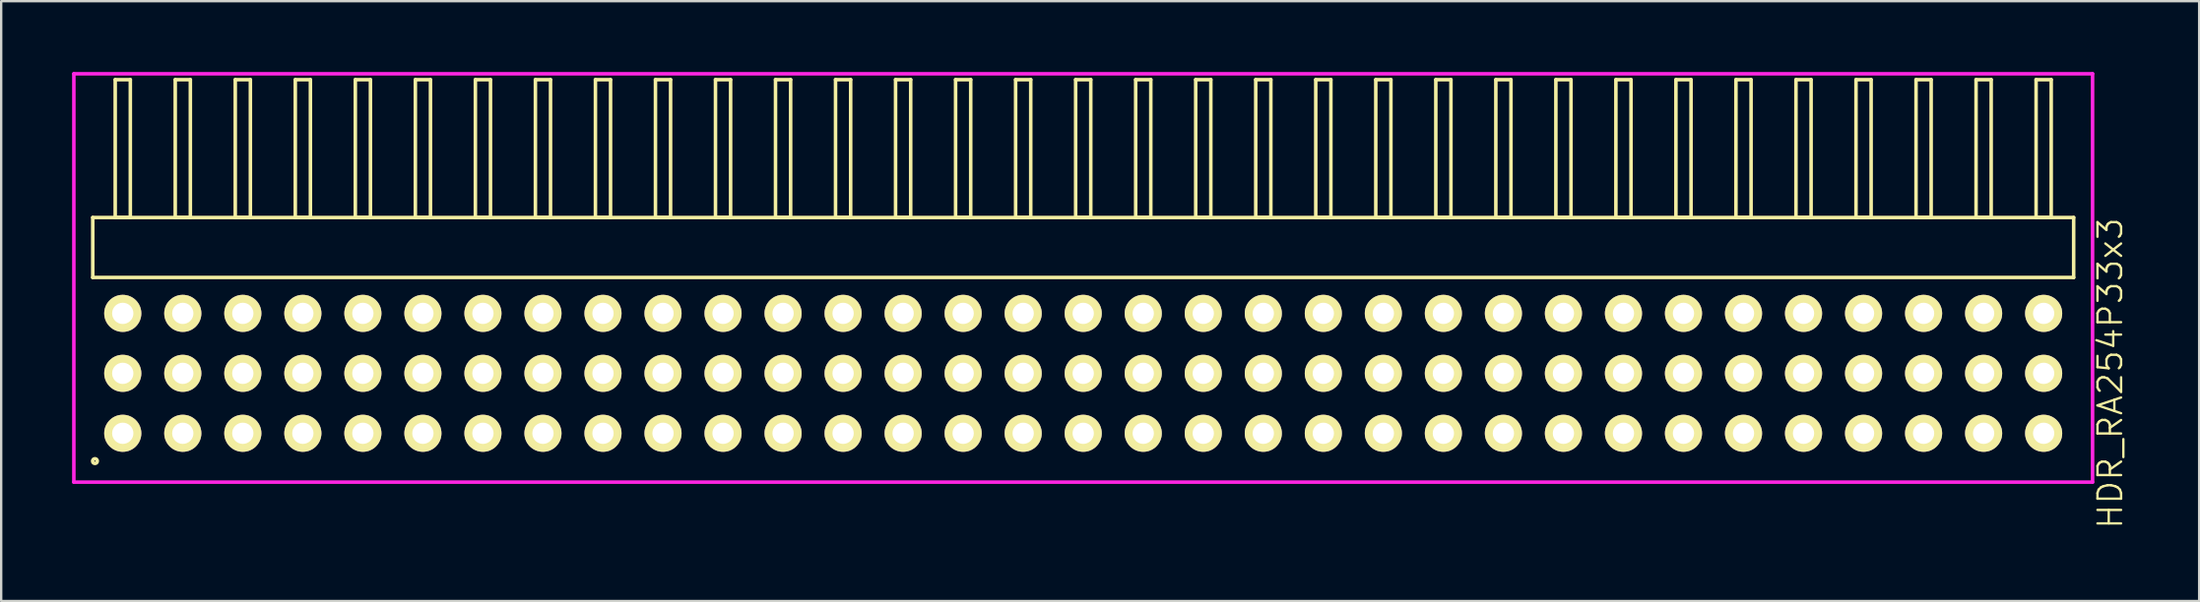
<source format=kicad_pcb>
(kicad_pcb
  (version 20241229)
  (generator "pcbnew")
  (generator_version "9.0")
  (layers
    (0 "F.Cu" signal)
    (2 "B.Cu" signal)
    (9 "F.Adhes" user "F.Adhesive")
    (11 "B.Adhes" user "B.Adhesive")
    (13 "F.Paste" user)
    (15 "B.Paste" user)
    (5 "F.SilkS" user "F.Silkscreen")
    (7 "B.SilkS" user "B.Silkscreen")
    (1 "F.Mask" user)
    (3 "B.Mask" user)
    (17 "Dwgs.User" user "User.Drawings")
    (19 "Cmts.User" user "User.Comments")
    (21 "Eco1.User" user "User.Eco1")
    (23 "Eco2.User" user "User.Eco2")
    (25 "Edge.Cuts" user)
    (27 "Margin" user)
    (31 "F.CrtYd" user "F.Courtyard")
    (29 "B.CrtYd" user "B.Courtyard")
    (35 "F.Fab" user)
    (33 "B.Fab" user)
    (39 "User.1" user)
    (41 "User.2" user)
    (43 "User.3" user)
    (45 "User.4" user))
  (footprint "HDR_RA254P33x3"
    (layer "F.Cu")
    (at 42.785 12.765)
    (property "Reference" "HDR_RA254P33x3" (at 43.46 0 90) (layer "F.SilkS") (effects (font (size 1 1) (thickness 0.1))))
    (attr through_hole)
    (fp_line (start -41.91 -6.6) (end -41.91 -4.06) (stroke (width 0.15) (type solid)) (layer "F.SilkS"))
    (fp_line (start -41.91 -4.06) (end 41.91 -4.06) (stroke (width 0.15) (type solid)) (layer "F.SilkS"))
    (fp_line (start -40.96 -12.44) (end -40.96 -6.6) (stroke (width 0.15) (type solid)) (layer "F.SilkS"))
    (fp_line (start -40.96 -6.6) (end -40.32 -6.6) (stroke (width 0.15) (type solid)) (layer "F.SilkS"))
    (fp_line (start -40.32 -12.44) (end -40.96 -12.44) (stroke (width 0.15) (type solid)) (layer "F.SilkS"))
    (fp_line (start -40.32 -6.6) (end -40.32 -12.44) (stroke (width 0.15) (type solid)) (layer "F.SilkS"))
    (fp_line (start -38.42 -12.44) (end -38.42 -6.6) (stroke (width 0.15) (type solid)) (layer "F.SilkS"))
    (fp_line (start -38.42 -6.6) (end -37.78 -6.6) (stroke (width 0.15) (type solid)) (layer "F.SilkS"))
    (fp_line (start -37.78 -12.44) (end -38.42 -12.44) (stroke (width 0.15) (type solid)) (layer "F.SilkS"))
    (fp_line (start -37.78 -6.6) (end -37.78 -12.44) (stroke (width 0.15) (type solid)) (layer "F.SilkS"))
    (fp_line (start -35.88 -12.44) (end -35.88 -6.6) (stroke (width 0.15) (type solid)) (layer "F.SilkS"))
    (fp_line (start -35.88 -6.6) (end -35.24 -6.6) (stroke (width 0.15) (type solid)) (layer "F.SilkS"))
    (fp_line (start -35.24 -12.44) (end -35.88 -12.44) (stroke (width 0.15) (type solid)) (layer "F.SilkS"))
    (fp_line (start -35.24 -6.6) (end -35.24 -12.44) (stroke (width 0.15) (type solid)) (layer "F.SilkS"))
    (fp_line (start -33.34 -12.44) (end -33.34 -6.6) (stroke (width 0.15) (type solid)) (layer "F.SilkS"))
    (fp_line (start -33.34 -6.6) (end -32.7 -6.6) (stroke (width 0.15) (type solid)) (layer "F.SilkS"))
    (fp_line (start -32.7 -12.44) (end -33.34 -12.44) (stroke (width 0.15) (type solid)) (layer "F.SilkS"))
    (fp_line (start -32.7 -6.6) (end -32.7 -12.44) (stroke (width 0.15) (type solid)) (layer "F.SilkS"))
    (fp_line (start -30.8 -12.44) (end -30.8 -6.6) (stroke (width 0.15) (type solid)) (layer "F.SilkS"))
    (fp_line (start -30.8 -6.6) (end -30.16 -6.6) (stroke (width 0.15) (type solid)) (layer "F.SilkS"))
    (fp_line (start -30.16 -12.44) (end -30.8 -12.44) (stroke (width 0.15) (type solid)) (layer "F.SilkS"))
    (fp_line (start -30.16 -6.6) (end -30.16 -12.44) (stroke (width 0.15) (type solid)) (layer "F.SilkS"))
    (fp_line (start -28.26 -12.44) (end -28.26 -6.6) (stroke (width 0.15) (type solid)) (layer "F.SilkS"))
    (fp_line (start -28.26 -6.6) (end -27.62 -6.6) (stroke (width 0.15) (type solid)) (layer "F.SilkS"))
    (fp_line (start -27.62 -12.44) (end -28.26 -12.44) (stroke (width 0.15) (type solid)) (layer "F.SilkS"))
    (fp_line (start -27.62 -6.6) (end -27.62 -12.44) (stroke (width 0.15) (type solid)) (layer "F.SilkS"))
    (fp_line (start -25.72 -12.44) (end -25.72 -6.6) (stroke (width 0.15) (type solid)) (layer "F.SilkS"))
    (fp_line (start -25.72 -6.6) (end -25.08 -6.6) (stroke (width 0.15) (type solid)) (layer "F.SilkS"))
    (fp_line (start -25.08 -12.44) (end -25.72 -12.44) (stroke (width 0.15) (type solid)) (layer "F.SilkS"))
    (fp_line (start -25.08 -6.6) (end -25.08 -12.44) (stroke (width 0.15) (type solid)) (layer "F.SilkS"))
    (fp_line (start -23.18 -12.44) (end -23.18 -6.6) (stroke (width 0.15) (type solid)) (layer "F.SilkS"))
    (fp_line (start -23.18 -6.6) (end -22.54 -6.6) (stroke (width 0.15) (type solid)) (layer "F.SilkS"))
    (fp_line (start -22.54 -12.44) (end -23.18 -12.44) (stroke (width 0.15) (type solid)) (layer "F.SilkS"))
    (fp_line (start -22.54 -6.6) (end -22.54 -12.44) (stroke (width 0.15) (type solid)) (layer "F.SilkS"))
    (fp_line (start -20.64 -12.44) (end -20.64 -6.6) (stroke (width 0.15) (type solid)) (layer "F.SilkS"))
    (fp_line (start -20.64 -6.6) (end -20 -6.6) (stroke (width 0.15) (type solid)) (layer "F.SilkS"))
    (fp_line (start -20 -12.44) (end -20.64 -12.44) (stroke (width 0.15) (type solid)) (layer "F.SilkS"))
    (fp_line (start -20 -6.6) (end -20 -12.44) (stroke (width 0.15) (type solid)) (layer "F.SilkS"))
    (fp_line (start -18.1 -12.44) (end -18.1 -6.6) (stroke (width 0.15) (type solid)) (layer "F.SilkS"))
    (fp_line (start -18.1 -6.6) (end -17.46 -6.6) (stroke (width 0.15) (type solid)) (layer "F.SilkS"))
    (fp_line (start -17.46 -12.44) (end -18.1 -12.44) (stroke (width 0.15) (type solid)) (layer "F.SilkS"))
    (fp_line (start -17.46 -6.6) (end -17.46 -12.44) (stroke (width 0.15) (type solid)) (layer "F.SilkS"))
    (fp_line (start -15.56 -12.44) (end -15.56 -6.6) (stroke (width 0.15) (type solid)) (layer "F.SilkS"))
    (fp_line (start -15.56 -6.6) (end -14.92 -6.6) (stroke (width 0.15) (type solid)) (layer "F.SilkS"))
    (fp_line (start -14.92 -12.44) (end -15.56 -12.44) (stroke (width 0.15) (type solid)) (layer "F.SilkS"))
    (fp_line (start -14.92 -6.6) (end -14.92 -12.44) (stroke (width 0.15) (type solid)) (layer "F.SilkS"))
    (fp_line (start -13.02 -12.44) (end -13.02 -6.6) (stroke (width 0.15) (type solid)) (layer "F.SilkS"))
    (fp_line (start -13.02 -6.6) (end -12.38 -6.6) (stroke (width 0.15) (type solid)) (layer "F.SilkS"))
    (fp_line (start -12.38 -12.44) (end -13.02 -12.44) (stroke (width 0.15) (type solid)) (layer "F.SilkS"))
    (fp_line (start -12.38 -6.6) (end -12.38 -12.44) (stroke (width 0.15) (type solid)) (layer "F.SilkS"))
    (fp_line (start -10.48 -12.44) (end -10.48 -6.6) (stroke (width 0.15) (type solid)) (layer "F.SilkS"))
    (fp_line (start -10.48 -6.6) (end -9.84 -6.6) (stroke (width 0.15) (type solid)) (layer "F.SilkS"))
    (fp_line (start -9.84 -12.44) (end -10.48 -12.44) (stroke (width 0.15) (type solid)) (layer "F.SilkS"))
    (fp_line (start -9.84 -6.6) (end -9.84 -12.44) (stroke (width 0.15) (type solid)) (layer "F.SilkS"))
    (fp_line (start -7.94 -12.44) (end -7.94 -6.6) (stroke (width 0.15) (type solid)) (layer "F.SilkS"))
    (fp_line (start -7.94 -6.6) (end -7.3 -6.6) (stroke (width 0.15) (type solid)) (layer "F.SilkS"))
    (fp_line (start -7.3 -12.44) (end -7.94 -12.44) (stroke (width 0.15) (type solid)) (layer "F.SilkS"))
    (fp_line (start -7.3 -6.6) (end -7.3 -12.44) (stroke (width 0.15) (type solid)) (layer "F.SilkS"))
    (fp_line (start -5.4 -12.44) (end -5.4 -6.6) (stroke (width 0.15) (type solid)) (layer "F.SilkS"))
    (fp_line (start -5.4 -6.6) (end -4.76 -6.6) (stroke (width 0.15) (type solid)) (layer "F.SilkS"))
    (fp_line (start -4.76 -12.44) (end -5.4 -12.44) (stroke (width 0.15) (type solid)) (layer "F.SilkS"))
    (fp_line (start -4.76 -6.6) (end -4.76 -12.44) (stroke (width 0.15) (type solid)) (layer "F.SilkS"))
    (fp_line (start -2.86 -12.44) (end -2.86 -6.6) (stroke (width 0.15) (type solid)) (layer "F.SilkS"))
    (fp_line (start -2.86 -6.6) (end -2.22 -6.6) (stroke (width 0.15) (type solid)) (layer "F.SilkS"))
    (fp_line (start -2.22 -12.44) (end -2.86 -12.44) (stroke (width 0.15) (type solid)) (layer "F.SilkS"))
    (fp_line (start -2.22 -6.6) (end -2.22 -12.44) (stroke (width 0.15) (type solid)) (layer "F.SilkS"))
    (fp_line (start -0.32 -12.44) (end -0.32 -6.6) (stroke (width 0.15) (type solid)) (layer "F.SilkS"))
    (fp_line (start -0.32 -6.6) (end 0.32 -6.6) (stroke (width 0.15) (type solid)) (layer "F.SilkS"))
    (fp_line (start 0.32 -12.44) (end -0.32 -12.44) (stroke (width 0.15) (type solid)) (layer "F.SilkS"))
    (fp_line (start 0.32 -6.6) (end 0.32 -12.44) (stroke (width 0.15) (type solid)) (layer "F.SilkS"))
    (fp_line (start 2.22 -12.44) (end 2.22 -6.6) (stroke (width 0.15) (type solid)) (layer "F.SilkS"))
    (fp_line (start 2.22 -6.6) (end 2.86 -6.6) (stroke (width 0.15) (type solid)) (layer "F.SilkS"))
    (fp_line (start 2.86 -12.44) (end 2.22 -12.44) (stroke (width 0.15) (type solid)) (layer "F.SilkS"))
    (fp_line (start 2.86 -6.6) (end 2.86 -12.44) (stroke (width 0.15) (type solid)) (layer "F.SilkS"))
    (fp_line (start 4.76 -12.44) (end 4.76 -6.6) (stroke (width 0.15) (type solid)) (layer "F.SilkS"))
    (fp_line (start 4.76 -6.6) (end 5.4 -6.6) (stroke (width 0.15) (type solid)) (layer "F.SilkS"))
    (fp_line (start 5.4 -12.44) (end 4.76 -12.44) (stroke (width 0.15) (type solid)) (layer "F.SilkS"))
    (fp_line (start 5.4 -6.6) (end 5.4 -12.44) (stroke (width 0.15) (type solid)) (layer "F.SilkS"))
    (fp_line (start 7.3 -12.44) (end 7.3 -6.6) (stroke (width 0.15) (type solid)) (layer "F.SilkS"))
    (fp_line (start 7.3 -6.6) (end 7.94 -6.6) (stroke (width 0.15) (type solid)) (layer "F.SilkS"))
    (fp_line (start 7.94 -12.44) (end 7.3 -12.44) (stroke (width 0.15) (type solid)) (layer "F.SilkS"))
    (fp_line (start 7.94 -6.6) (end 7.94 -12.44) (stroke (width 0.15) (type solid)) (layer "F.SilkS"))
    (fp_line (start 9.84 -12.44) (end 9.84 -6.6) (stroke (width 0.15) (type solid)) (layer "F.SilkS"))
    (fp_line (start 9.84 -6.6) (end 10.48 -6.6) (stroke (width 0.15) (type solid)) (layer "F.SilkS"))
    (fp_line (start 10.48 -12.44) (end 9.84 -12.44) (stroke (width 0.15) (type solid)) (layer "F.SilkS"))
    (fp_line (start 10.48 -6.6) (end 10.48 -12.44) (stroke (width 0.15) (type solid)) (layer "F.SilkS"))
    (fp_line (start 12.38 -12.44) (end 12.38 -6.6) (stroke (width 0.15) (type solid)) (layer "F.SilkS"))
    (fp_line (start 12.38 -6.6) (end 13.02 -6.6) (stroke (width 0.15) (type solid)) (layer "F.SilkS"))
    (fp_line (start 13.02 -12.44) (end 12.38 -12.44) (stroke (width 0.15) (type solid)) (layer "F.SilkS"))
    (fp_line (start 13.02 -6.6) (end 13.02 -12.44) (stroke (width 0.15) (type solid)) (layer "F.SilkS"))
    (fp_line (start 14.92 -12.44) (end 14.92 -6.6) (stroke (width 0.15) (type solid)) (layer "F.SilkS"))
    (fp_line (start 14.92 -6.6) (end 15.56 -6.6) (stroke (width 0.15) (type solid)) (layer "F.SilkS"))
    (fp_line (start 15.56 -12.44) (end 14.92 -12.44) (stroke (width 0.15) (type solid)) (layer "F.SilkS"))
    (fp_line (start 15.56 -6.6) (end 15.56 -12.44) (stroke (width 0.15) (type solid)) (layer "F.SilkS"))
    (fp_line (start 17.46 -12.44) (end 17.46 -6.6) (stroke (width 0.15) (type solid)) (layer "F.SilkS"))
    (fp_line (start 17.46 -6.6) (end 18.1 -6.6) (stroke (width 0.15) (type solid)) (layer "F.SilkS"))
    (fp_line (start 18.1 -12.44) (end 17.46 -12.44) (stroke (width 0.15) (type solid)) (layer "F.SilkS"))
    (fp_line (start 18.1 -6.6) (end 18.1 -12.44) (stroke (width 0.15) (type solid)) (layer "F.SilkS"))
    (fp_line (start 20 -12.44) (end 20 -6.6) (stroke (width 0.15) (type solid)) (layer "F.SilkS"))
    (fp_line (start 20 -6.6) (end 20.64 -6.6) (stroke (width 0.15) (type solid)) (layer "F.SilkS"))
    (fp_line (start 20.64 -12.44) (end 20 -12.44) (stroke (width 0.15) (type solid)) (layer "F.SilkS"))
    (fp_line (start 20.64 -6.6) (end 20.64 -12.44) (stroke (width 0.15) (type solid)) (layer "F.SilkS"))
    (fp_line (start 22.54 -12.44) (end 22.54 -6.6) (stroke (width 0.15) (type solid)) (layer "F.SilkS"))
    (fp_line (start 22.54 -6.6) (end 23.18 -6.6) (stroke (width 0.15) (type solid)) (layer "F.SilkS"))
    (fp_line (start 23.18 -12.44) (end 22.54 -12.44) (stroke (width 0.15) (type solid)) (layer "F.SilkS"))
    (fp_line (start 23.18 -6.6) (end 23.18 -12.44) (stroke (width 0.15) (type solid)) (layer "F.SilkS"))
    (fp_line (start 25.08 -12.44) (end 25.08 -6.6) (stroke (width 0.15) (type solid)) (layer "F.SilkS"))
    (fp_line (start 25.08 -6.6) (end 25.72 -6.6) (stroke (width 0.15) (type solid)) (layer "F.SilkS"))
    (fp_line (start 25.72 -12.44) (end 25.08 -12.44) (stroke (width 0.15) (type solid)) (layer "F.SilkS"))
    (fp_line (start 25.72 -6.6) (end 25.72 -12.44) (stroke (width 0.15) (type solid)) (layer "F.SilkS"))
    (fp_line (start 27.62 -12.44) (end 27.62 -6.6) (stroke (width 0.15) (type solid)) (layer "F.SilkS"))
    (fp_line (start 27.62 -6.6) (end 28.26 -6.6) (stroke (width 0.15) (type solid)) (layer "F.SilkS"))
    (fp_line (start 28.26 -12.44) (end 27.62 -12.44) (stroke (width 0.15) (type solid)) (layer "F.SilkS"))
    (fp_line (start 28.26 -6.6) (end 28.26 -12.44) (stroke (width 0.15) (type solid)) (layer "F.SilkS"))
    (fp_line (start 30.16 -12.44) (end 30.16 -6.6) (stroke (width 0.15) (type solid)) (layer "F.SilkS"))
    (fp_line (start 30.16 -6.6) (end 30.8 -6.6) (stroke (width 0.15) (type solid)) (layer "F.SilkS"))
    (fp_line (start 30.8 -12.44) (end 30.16 -12.44) (stroke (width 0.15) (type solid)) (layer "F.SilkS"))
    (fp_line (start 30.8 -6.6) (end 30.8 -12.44) (stroke (width 0.15) (type solid)) (layer "F.SilkS"))
    (fp_line (start 32.7 -12.44) (end 32.7 -6.6) (stroke (width 0.15) (type solid)) (layer "F.SilkS"))
    (fp_line (start 32.7 -6.6) (end 33.34 -6.6) (stroke (width 0.15) (type solid)) (layer "F.SilkS"))
    (fp_line (start 33.34 -12.44) (end 32.7 -12.44) (stroke (width 0.15) (type solid)) (layer "F.SilkS"))
    (fp_line (start 33.34 -6.6) (end 33.34 -12.44) (stroke (width 0.15) (type solid)) (layer "F.SilkS"))
    (fp_line (start 35.24 -12.44) (end 35.24 -6.6) (stroke (width 0.15) (type solid)) (layer "F.SilkS"))
    (fp_line (start 35.24 -6.6) (end 35.88 -6.6) (stroke (width 0.15) (type solid)) (layer "F.SilkS"))
    (fp_line (start 35.88 -12.44) (end 35.24 -12.44) (stroke (width 0.15) (type solid)) (layer "F.SilkS"))
    (fp_line (start 35.88 -6.6) (end 35.88 -12.44) (stroke (width 0.15) (type solid)) (layer "F.SilkS"))
    (fp_line (start 37.78 -12.44) (end 37.78 -6.6) (stroke (width 0.15) (type solid)) (layer "F.SilkS"))
    (fp_line (start 37.78 -6.6) (end 38.42 -6.6) (stroke (width 0.15) (type solid)) (layer "F.SilkS"))
    (fp_line (start 38.42 -12.44) (end 37.78 -12.44) (stroke (width 0.15) (type solid)) (layer "F.SilkS"))
    (fp_line (start 38.42 -6.6) (end 38.42 -12.44) (stroke (width 0.15) (type solid)) (layer "F.SilkS"))
    (fp_line (start 40.32 -12.44) (end 40.32 -6.6) (stroke (width 0.15) (type solid)) (layer "F.SilkS"))
    (fp_line (start 40.32 -6.6) (end 40.96 -6.6) (stroke (width 0.15) (type solid)) (layer "F.SilkS"))
    (fp_line (start 40.96 -12.44) (end 40.32 -12.44) (stroke (width 0.15) (type solid)) (layer "F.SilkS"))
    (fp_line (start 40.96 -6.6) (end 40.96 -12.44) (stroke (width 0.15) (type solid)) (layer "F.SilkS"))
    (fp_line (start 41.91 -6.6) (end -41.91 -6.6) (stroke (width 0.15) (type solid)) (layer "F.SilkS"))
    (fp_line (start 41.91 -4.06) (end 41.91 -6.6) (stroke (width 0.15) (type solid)) (layer "F.SilkS"))
    (fp_circle (center -41.817 3.718) (end -41.717 3.718) (stroke (width 0.15) (type solid)) (fill no) (layer "F.SilkS"))
    (fp_line (start -42.71 -12.69) (end -42.71 4.61) (stroke (width 0.15) (type solid)) (layer "F.CrtYd"))
    (fp_line (start -42.71 4.61) (end 42.71 4.61) (stroke (width 0.15) (type solid)) (layer "F.CrtYd"))
    (fp_line (start 42.71 -12.69) (end -42.71 -12.69) (stroke (width 0.15) (type solid)) (layer "F.CrtYd"))
    (fp_line (start 42.71 4.61) (end 42.71 -12.69) (stroke (width 0.15) (type solid)) (layer "F.CrtYd"))
    (pad "1" thru_hole oval (at -40.64 2.54) (size 1.57 1.57) (drill 0.9) (layers "*.Cu" "*.Mask" "F.SilkS"))
    (pad "2" thru_hole oval (at -40.64 0) (size 1.57 1.57) (drill 0.9) (layers "*.Cu" "*.Mask" "F.SilkS"))
    (pad "3" thru_hole oval (at -40.64 -2.54) (size 1.57 1.57) (drill 0.9) (layers "*.Cu" "*.Mask" "F.SilkS"))
    (pad "4" thru_hole oval (at -38.1 2.54) (size 1.57 1.57) (drill 0.9) (layers "*.Cu" "*.Mask" "F.SilkS"))
    (pad "5" thru_hole oval (at -38.1 0) (size 1.57 1.57) (drill 0.9) (layers "*.Cu" "*.Mask" "F.SilkS"))
    (pad "6" thru_hole oval (at -38.1 -2.54) (size 1.57 1.57) (drill 0.9) (layers "*.Cu" "*.Mask" "F.SilkS"))
    (pad "7" thru_hole oval (at -35.56 2.54) (size 1.57 1.57) (drill 0.9) (layers "*.Cu" "*.Mask" "F.SilkS"))
    (pad "8" thru_hole oval (at -35.56 0) (size 1.57 1.57) (drill 0.9) (layers "*.Cu" "*.Mask" "F.SilkS"))
    (pad "9" thru_hole oval (at -35.56 -2.54) (size 1.57 1.57) (drill 0.9) (layers "*.Cu" "*.Mask" "F.SilkS"))
    (pad "10" thru_hole oval (at -33.02 2.54) (size 1.57 1.57) (drill 0.9) (layers "*.Cu" "*.Mask" "F.SilkS"))
    (pad "11" thru_hole oval (at -33.02 0) (size 1.57 1.57) (drill 0.9) (layers "*.Cu" "*.Mask" "F.SilkS"))
    (pad "12" thru_hole oval (at -33.02 -2.54) (size 1.57 1.57) (drill 0.9) (layers "*.Cu" "*.Mask" "F.SilkS"))
    (pad "13" thru_hole oval (at -30.48 2.54) (size 1.57 1.57) (drill 0.9) (layers "*.Cu" "*.Mask" "F.SilkS"))
    (pad "14" thru_hole oval (at -30.48 0) (size 1.57 1.57) (drill 0.9) (layers "*.Cu" "*.Mask" "F.SilkS"))
    (pad "15" thru_hole oval (at -30.48 -2.54) (size 1.57 1.57) (drill 0.9) (layers "*.Cu" "*.Mask" "F.SilkS"))
    (pad "16" thru_hole oval (at -27.94 2.54) (size 1.57 1.57) (drill 0.9) (layers "*.Cu" "*.Mask" "F.SilkS"))
    (pad "17" thru_hole oval (at -27.94 0) (size 1.57 1.57) (drill 0.9) (layers "*.Cu" "*.Mask" "F.SilkS"))
    (pad "18" thru_hole oval (at -27.94 -2.54) (size 1.57 1.57) (drill 0.9) (layers "*.Cu" "*.Mask" "F.SilkS"))
    (pad "19" thru_hole oval (at -25.4 2.54) (size 1.57 1.57) (drill 0.9) (layers "*.Cu" "*.Mask" "F.SilkS"))
    (pad "20" thru_hole oval (at -25.4 0) (size 1.57 1.57) (drill 0.9) (layers "*.Cu" "*.Mask" "F.SilkS"))
    (pad "21" thru_hole oval (at -25.4 -2.54) (size 1.57 1.57) (drill 0.9) (layers "*.Cu" "*.Mask" "F.SilkS"))
    (pad "22" thru_hole oval (at -22.86 2.54) (size 1.57 1.57) (drill 0.9) (layers "*.Cu" "*.Mask" "F.SilkS"))
    (pad "23" thru_hole oval (at -22.86 0) (size 1.57 1.57) (drill 0.9) (layers "*.Cu" "*.Mask" "F.SilkS"))
    (pad "24" thru_hole oval (at -22.86 -2.54) (size 1.57 1.57) (drill 0.9) (layers "*.Cu" "*.Mask" "F.SilkS"))
    (pad "25" thru_hole oval (at -20.32 2.54) (size 1.57 1.57) (drill 0.9) (layers "*.Cu" "*.Mask" "F.SilkS"))
    (pad "26" thru_hole oval (at -20.32 0) (size 1.57 1.57) (drill 0.9) (layers "*.Cu" "*.Mask" "F.SilkS"))
    (pad "27" thru_hole oval (at -20.32 -2.54) (size 1.57 1.57) (drill 0.9) (layers "*.Cu" "*.Mask" "F.SilkS"))
    (pad "28" thru_hole oval (at -17.78 2.54) (size 1.57 1.57) (drill 0.9) (layers "*.Cu" "*.Mask" "F.SilkS"))
    (pad "29" thru_hole oval (at -17.78 0) (size 1.57 1.57) (drill 0.9) (layers "*.Cu" "*.Mask" "F.SilkS"))
    (pad "30" thru_hole oval (at -17.78 -2.54) (size 1.57 1.57) (drill 0.9) (layers "*.Cu" "*.Mask" "F.SilkS"))
    (pad "31" thru_hole oval (at -15.24 2.54) (size 1.57 1.57) (drill 0.9) (layers "*.Cu" "*.Mask" "F.SilkS"))
    (pad "32" thru_hole oval (at -15.24 0) (size 1.57 1.57) (drill 0.9) (layers "*.Cu" "*.Mask" "F.SilkS"))
    (pad "33" thru_hole oval (at -15.24 -2.54) (size 1.57 1.57) (drill 0.9) (layers "*.Cu" "*.Mask" "F.SilkS"))
    (pad "34" thru_hole oval (at -12.7 2.54) (size 1.57 1.57) (drill 0.9) (layers "*.Cu" "*.Mask" "F.SilkS"))
    (pad "35" thru_hole oval (at -12.7 0) (size 1.57 1.57) (drill 0.9) (layers "*.Cu" "*.Mask" "F.SilkS"))
    (pad "36" thru_hole oval (at -12.7 -2.54) (size 1.57 1.57) (drill 0.9) (layers "*.Cu" "*.Mask" "F.SilkS"))
    (pad "37" thru_hole oval (at -10.16 2.54) (size 1.57 1.57) (drill 0.9) (layers "*.Cu" "*.Mask" "F.SilkS"))
    (pad "38" thru_hole oval (at -10.16 0) (size 1.57 1.57) (drill 0.9) (layers "*.Cu" "*.Mask" "F.SilkS"))
    (pad "39" thru_hole oval (at -10.16 -2.54) (size 1.57 1.57) (drill 0.9) (layers "*.Cu" "*.Mask" "F.SilkS"))
    (pad "40" thru_hole oval (at -7.62 2.54) (size 1.57 1.57) (drill 0.9) (layers "*.Cu" "*.Mask" "F.SilkS"))
    (pad "41" thru_hole oval (at -7.62 0) (size 1.57 1.57) (drill 0.9) (layers "*.Cu" "*.Mask" "F.SilkS"))
    (pad "42" thru_hole oval (at -7.62 -2.54) (size 1.57 1.57) (drill 0.9) (layers "*.Cu" "*.Mask" "F.SilkS"))
    (pad "43" thru_hole oval (at -5.08 2.54) (size 1.57 1.57) (drill 0.9) (layers "*.Cu" "*.Mask" "F.SilkS"))
    (pad "44" thru_hole oval (at -5.08 0) (size 1.57 1.57) (drill 0.9) (layers "*.Cu" "*.Mask" "F.SilkS"))
    (pad "45" thru_hole oval (at -5.08 -2.54) (size 1.57 1.57) (drill 0.9) (layers "*.Cu" "*.Mask" "F.SilkS"))
    (pad "46" thru_hole oval (at -2.54 2.54) (size 1.57 1.57) (drill 0.9) (layers "*.Cu" "*.Mask" "F.SilkS"))
    (pad "47" thru_hole oval (at -2.54 0) (size 1.57 1.57) (drill 0.9) (layers "*.Cu" "*.Mask" "F.SilkS"))
    (pad "48" thru_hole oval (at -2.54 -2.54) (size 1.57 1.57) (drill 0.9) (layers "*.Cu" "*.Mask" "F.SilkS"))
    (pad "49" thru_hole oval (at 0 2.54) (size 1.57 1.57) (drill 0.9) (layers "*.Cu" "*.Mask" "F.SilkS"))
    (pad "50" thru_hole oval (at 0 0) (size 1.57 1.57) (drill 0.9) (layers "*.Cu" "*.Mask" "F.SilkS"))
    (pad "51" thru_hole oval (at 0 -2.54) (size 1.57 1.57) (drill 0.9) (layers "*.Cu" "*.Mask" "F.SilkS"))
    (pad "52" thru_hole oval (at 2.54 2.54) (size 1.57 1.57) (drill 0.9) (layers "*.Cu" "*.Mask" "F.SilkS"))
    (pad "53" thru_hole oval (at 2.54 0) (size 1.57 1.57) (drill 0.9) (layers "*.Cu" "*.Mask" "F.SilkS"))
    (pad "54" thru_hole oval (at 2.54 -2.54) (size 1.57 1.57) (drill 0.9) (layers "*.Cu" "*.Mask" "F.SilkS"))
    (pad "55" thru_hole oval (at 5.08 2.54) (size 1.57 1.57) (drill 0.9) (layers "*.Cu" "*.Mask" "F.SilkS"))
    (pad "56" thru_hole oval (at 5.08 0) (size 1.57 1.57) (drill 0.9) (layers "*.Cu" "*.Mask" "F.SilkS"))
    (pad "57" thru_hole oval (at 5.08 -2.54) (size 1.57 1.57) (drill 0.9) (layers "*.Cu" "*.Mask" "F.SilkS"))
    (pad "58" thru_hole oval (at 7.62 2.54) (size 1.57 1.57) (drill 0.9) (layers "*.Cu" "*.Mask" "F.SilkS"))
    (pad "59" thru_hole oval (at 7.62 0) (size 1.57 1.57) (drill 0.9) (layers "*.Cu" "*.Mask" "F.SilkS"))
    (pad "60" thru_hole oval (at 7.62 -2.54) (size 1.57 1.57) (drill 0.9) (layers "*.Cu" "*.Mask" "F.SilkS"))
    (pad "61" thru_hole oval (at 10.16 2.54) (size 1.57 1.57) (drill 0.9) (layers "*.Cu" "*.Mask" "F.SilkS"))
    (pad "62" thru_hole oval (at 10.16 0) (size 1.57 1.57) (drill 0.9) (layers "*.Cu" "*.Mask" "F.SilkS"))
    (pad "63" thru_hole oval (at 10.16 -2.54) (size 1.57 1.57) (drill 0.9) (layers "*.Cu" "*.Mask" "F.SilkS"))
    (pad "64" thru_hole oval (at 12.7 2.54) (size 1.57 1.57) (drill 0.9) (layers "*.Cu" "*.Mask" "F.SilkS"))
    (pad "65" thru_hole oval (at 12.7 0) (size 1.57 1.57) (drill 0.9) (layers "*.Cu" "*.Mask" "F.SilkS"))
    (pad "66" thru_hole oval (at 12.7 -2.54) (size 1.57 1.57) (drill 0.9) (layers "*.Cu" "*.Mask" "F.SilkS"))
    (pad "67" thru_hole oval (at 15.24 2.54) (size 1.57 1.57) (drill 0.9) (layers "*.Cu" "*.Mask" "F.SilkS"))
    (pad "68" thru_hole oval (at 15.24 0) (size 1.57 1.57) (drill 0.9) (layers "*.Cu" "*.Mask" "F.SilkS"))
    (pad "69" thru_hole oval (at 15.24 -2.54) (size 1.57 1.57) (drill 0.9) (layers "*.Cu" "*.Mask" "F.SilkS"))
    (pad "70" thru_hole oval (at 17.78 2.54) (size 1.57 1.57) (drill 0.9) (layers "*.Cu" "*.Mask" "F.SilkS"))
    (pad "71" thru_hole oval (at 17.78 0) (size 1.57 1.57) (drill 0.9) (layers "*.Cu" "*.Mask" "F.SilkS"))
    (pad "72" thru_hole oval (at 17.78 -2.54) (size 1.57 1.57) (drill 0.9) (layers "*.Cu" "*.Mask" "F.SilkS"))
    (pad "73" thru_hole oval (at 20.32 2.54) (size 1.57 1.57) (drill 0.9) (layers "*.Cu" "*.Mask" "F.SilkS"))
    (pad "74" thru_hole oval (at 20.32 0) (size 1.57 1.57) (drill 0.9) (layers "*.Cu" "*.Mask" "F.SilkS"))
    (pad "75" thru_hole oval (at 20.32 -2.54) (size 1.57 1.57) (drill 0.9) (layers "*.Cu" "*.Mask" "F.SilkS"))
    (pad "76" thru_hole oval (at 22.86 2.54) (size 1.57 1.57) (drill 0.9) (layers "*.Cu" "*.Mask" "F.SilkS"))
    (pad "77" thru_hole oval (at 22.86 0) (size 1.57 1.57) (drill 0.9) (layers "*.Cu" "*.Mask" "F.SilkS"))
    (pad "78" thru_hole oval (at 22.86 -2.54) (size 1.57 1.57) (drill 0.9) (layers "*.Cu" "*.Mask" "F.SilkS"))
    (pad "79" thru_hole oval (at 25.4 2.54) (size 1.57 1.57) (drill 0.9) (layers "*.Cu" "*.Mask" "F.SilkS"))
    (pad "80" thru_hole oval (at 25.4 0) (size 1.57 1.57) (drill 0.9) (layers "*.Cu" "*.Mask" "F.SilkS"))
    (pad "81" thru_hole oval (at 25.4 -2.54) (size 1.57 1.57) (drill 0.9) (layers "*.Cu" "*.Mask" "F.SilkS"))
    (pad "82" thru_hole oval (at 27.94 2.54) (size 1.57 1.57) (drill 0.9) (layers "*.Cu" "*.Mask" "F.SilkS"))
    (pad "83" thru_hole oval (at 27.94 0) (size 1.57 1.57) (drill 0.9) (layers "*.Cu" "*.Mask" "F.SilkS"))
    (pad "84" thru_hole oval (at 27.94 -2.54) (size 1.57 1.57) (drill 0.9) (layers "*.Cu" "*.Mask" "F.SilkS"))
    (pad "85" thru_hole oval (at 30.48 2.54) (size 1.57 1.57) (drill 0.9) (layers "*.Cu" "*.Mask" "F.SilkS"))
    (pad "86" thru_hole oval (at 30.48 0) (size 1.57 1.57) (drill 0.9) (layers "*.Cu" "*.Mask" "F.SilkS"))
    (pad "87" thru_hole oval (at 30.48 -2.54) (size 1.57 1.57) (drill 0.9) (layers "*.Cu" "*.Mask" "F.SilkS"))
    (pad "88" thru_hole oval (at 33.02 2.54) (size 1.57 1.57) (drill 0.9) (layers "*.Cu" "*.Mask" "F.SilkS"))
    (pad "89" thru_hole oval (at 33.02 0) (size 1.57 1.57) (drill 0.9) (layers "*.Cu" "*.Mask" "F.SilkS"))
    (pad "90" thru_hole oval (at 33.02 -2.54) (size 1.57 1.57) (drill 0.9) (layers "*.Cu" "*.Mask" "F.SilkS"))
    (pad "91" thru_hole oval (at 35.56 2.54) (size 1.57 1.57) (drill 0.9) (layers "*.Cu" "*.Mask" "F.SilkS"))
    (pad "92" thru_hole oval (at 35.56 0) (size 1.57 1.57) (drill 0.9) (layers "*.Cu" "*.Mask" "F.SilkS"))
    (pad "93" thru_hole oval (at 35.56 -2.54) (size 1.57 1.57) (drill 0.9) (layers "*.Cu" "*.Mask" "F.SilkS"))
    (pad "94" thru_hole oval (at 38.1 2.54) (size 1.57 1.57) (drill 0.9) (layers "*.Cu" "*.Mask" "F.SilkS"))
    (pad "95" thru_hole oval (at 38.1 0) (size 1.57 1.57) (drill 0.9) (layers "*.Cu" "*.Mask" "F.SilkS"))
    (pad "96" thru_hole oval (at 38.1 -2.54) (size 1.57 1.57) (drill 0.9) (layers "*.Cu" "*.Mask" "F.SilkS"))
    (pad "97" thru_hole oval (at 40.64 2.54) (size 1.57 1.57) (drill 0.9) (layers "*.Cu" "*.Mask" "F.SilkS"))
    (pad "98" thru_hole oval (at 40.64 0) (size 1.57 1.57) (drill 0.9) (layers "*.Cu" "*.Mask" "F.SilkS"))
    (pad "99" thru_hole oval (at 40.64 -2.54) (size 1.57 1.57) (drill 0.9) (layers "*.Cu" "*.Mask" "F.SilkS")))
  (gr_rect
    (start -3 -3)
    (end 90.005 22.41)
    (stroke (width 0.1) (type default))
    (fill no)
    (layer "Edge.Cuts")))
</source>
